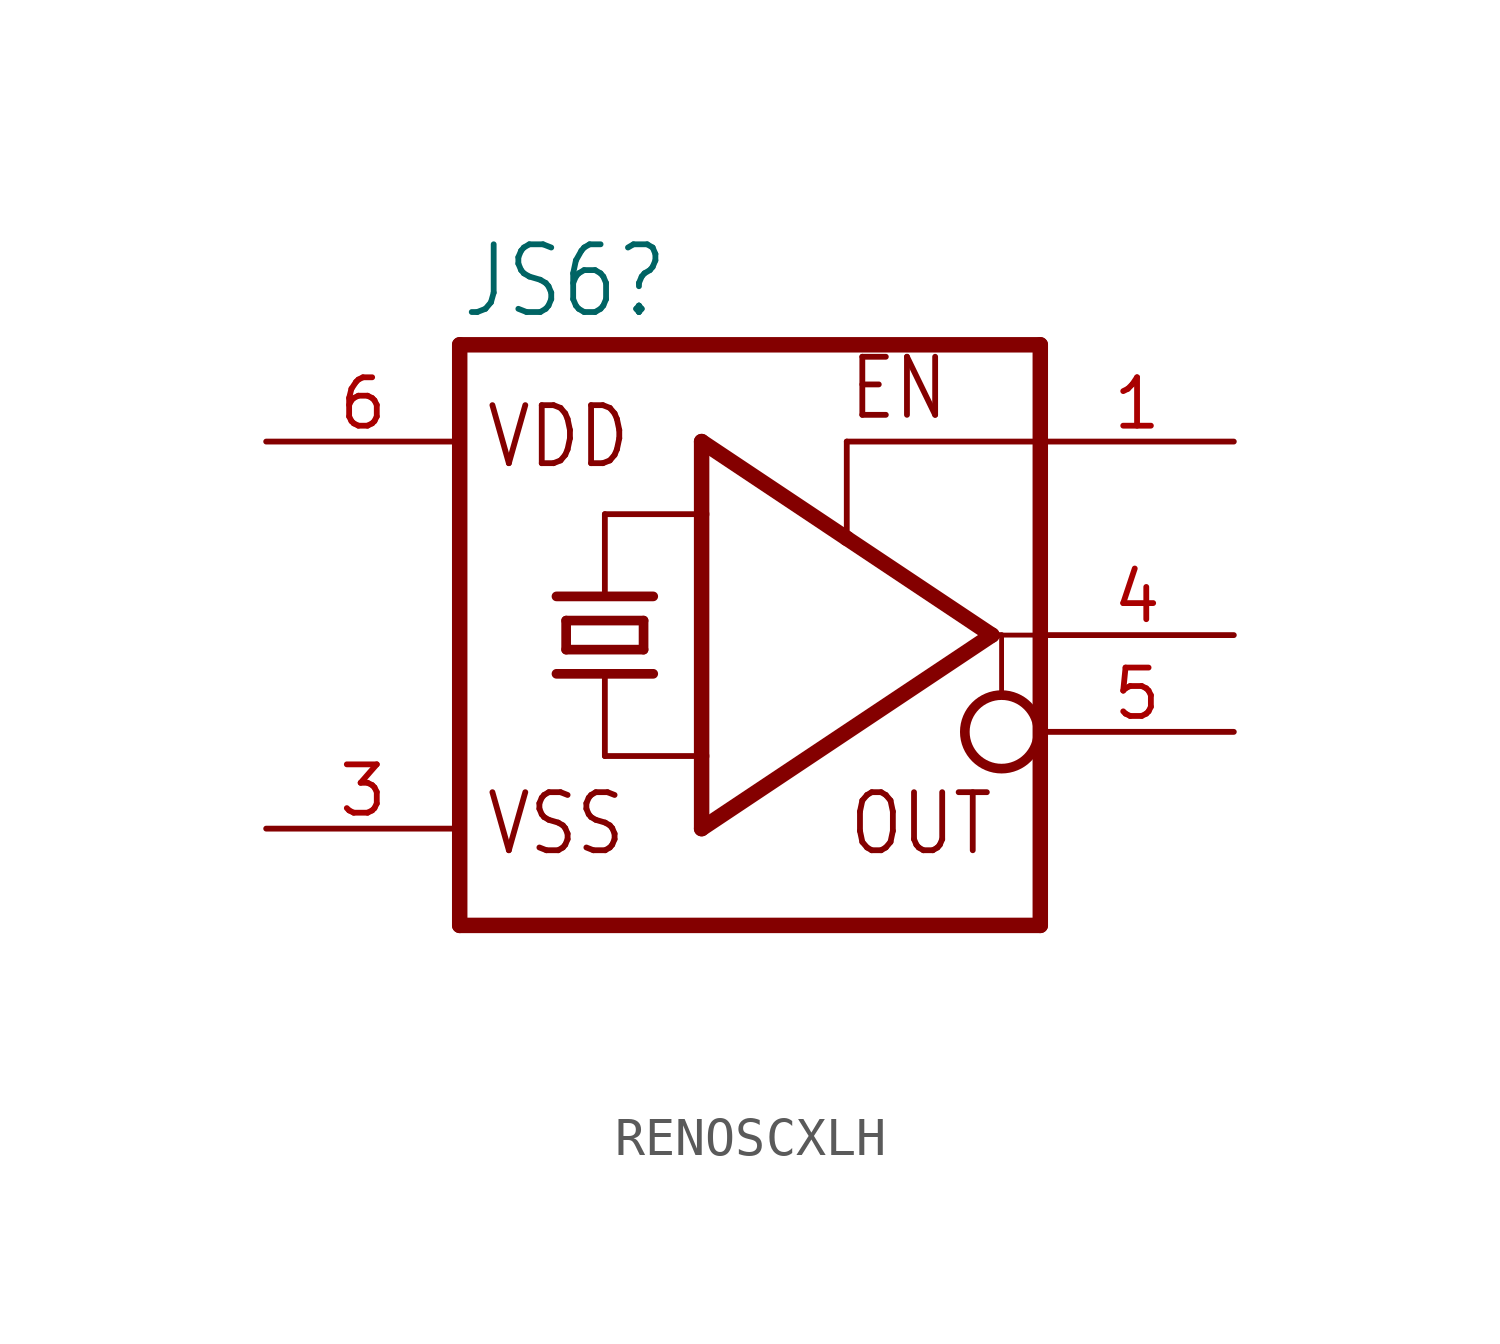
<source format=kicad_sym>
(kicad_symbol_lib
  (version 20231120)
  (generator "kicad_symbol_editor")
  (generator_version "8.0")
  (symbol "RENOSCXLH"
    (property "Reference" "JS6"
      (at -10.16 8.255 0)
      (effects (font (size 1.778 1.511)) (justify left bottom)))
    (property "Value" ""
      (at -10.16 -10.16 0)
      (effects (font (size 1.778 1.511)) (justify left bottom)))
    (property "ki_locked" ""
      (at 0 0 0)
      (effects (font (size 1.27 1.27))))
    (symbol "RENOSCXLH_1_0"
      (polyline (pts (xy -10.16 7.62) (xy -10.16 -7.62)) (stroke (width 0.406) (type solid)) (fill (type none)))
      (polyline (pts (xy -10.16 7.62) (xy 5.08 7.62)) (stroke (width 0.406) (type solid)) (fill (type none)))
      (polyline (pts (xy -7.62 -1.016) (xy -6.35 -1.016)) (stroke (width 0.254) (type solid)) (fill (type none)))
      (polyline (pts (xy -7.62 1.016) (xy -5.08 1.016)) (stroke (width 0.254) (type solid)) (fill (type none)))
      (polyline (pts (xy -7.366 -0.381) (xy -7.366 0.381)) (stroke (width 0.254) (type solid)) (fill (type none)))
      (polyline (pts (xy -7.366 -0.381) (xy -5.334 -0.381)) (stroke (width 0.254) (type solid)) (fill (type none)))
      (polyline (pts (xy -7.366 0.381) (xy -5.334 0.381)) (stroke (width 0.254) (type solid)) (fill (type none)))
      (polyline (pts (xy -6.35 -3.175) (xy -6.35 -1.016)) (stroke (width 0.152) (type solid)) (fill (type none)))
      (polyline (pts (xy -6.35 -3.175) (xy -3.81 -3.175)) (stroke (width 0.152) (type solid)) (fill (type none)))
      (polyline (pts (xy -6.35 -1.016) (xy -5.08 -1.016)) (stroke (width 0.254) (type solid)) (fill (type none)))
      (polyline (pts (xy -6.35 1.016) (xy -6.35 3.175)) (stroke (width 0.152) (type solid)) (fill (type none)))
      (polyline (pts (xy -6.35 3.175) (xy -3.81 3.175)) (stroke (width 0.152) (type solid)) (fill (type none)))
      (polyline (pts (xy -5.334 0.381) (xy -5.334 -0.381)) (stroke (width 0.254) (type solid)) (fill (type none)))
      (polyline (pts (xy -3.81 -5.08) (xy -3.81 -3.175)) (stroke (width 0.406) (type solid)) (fill (type none)))
      (polyline (pts (xy -3.81 -3.175) (xy -3.81 3.175)) (stroke (width 0.406) (type solid)) (fill (type none)))
      (polyline (pts (xy -3.81 3.175) (xy -3.81 5.08)) (stroke (width 0.406) (type solid)) (fill (type none)))
      (polyline (pts (xy -3.81 5.08) (xy 0 2.54)) (stroke (width 0.406) (type solid)) (fill (type none)))
      (polyline (pts (xy 0 2.54) (xy 3.81 0)) (stroke (width 0.406) (type solid)) (fill (type none)))
      (polyline (pts (xy 0 5.08) (xy 0 2.54)) (stroke (width 0.152) (type solid)) (fill (type none)))
      (polyline (pts (xy 3.81 0) (xy -3.81 -5.08)) (stroke (width 0.406) (type solid)) (fill (type none)))
      (polyline (pts (xy 3.81 0) (xy 4.064 0)) (stroke (width 0.152) (type solid)) (fill (type none)))
      (polyline (pts (xy 4.064 0) (xy 4.064 -1.524)) (stroke (width 0.127) (type solid)) (fill (type none)))
      (polyline (pts (xy 4.064 0) (xy 5.08 0)) (stroke (width 0.127) (type solid)) (fill (type none)))
      (polyline (pts (xy 5.08 -7.62) (xy -10.16 -7.62)) (stroke (width 0.406) (type solid)) (fill (type none)))
      (polyline (pts (xy 5.08 -7.62) (xy 5.08 0)) (stroke (width 0.406) (type solid)) (fill (type none)))
      (polyline (pts (xy 5.08 0) (xy 5.08 5.08)) (stroke (width 0.406) (type solid)) (fill (type none)))
      (polyline (pts (xy 5.08 5.08) (xy 0 5.08)) (stroke (width 0.152) (type solid)) (fill (type none)))
      (polyline (pts (xy 5.08 5.08) (xy 5.08 7.62)) (stroke (width 0.406) (type solid)) (fill (type none)))
      (circle (center 4.064 -2.54) (radius 0.965) (stroke (width 0.254) (type solid)) (fill (type none)))
      (text "EN" (at 0 5.588 0) (effects (font (size 1.524 1.295)) (justify left bottom)))
      (text "OUT" (at 0 -5.842 0) (effects (font (size 1.524 1.295)) (justify left bottom)))
      (text "VDD" (at -9.525 4.318 0) (effects (font (size 1.524 1.295)) (justify left bottom)))
      (text "VSS" (at -9.525 -5.842 0) (effects (font (size 1.524 1.295)) (justify left bottom)))
      (pin input line (at 10.16 5.08 180) (length 5.08) (name "EN" (effects (font (size 0 0)))) (number "1" (effects (font (size 1.27 1.27)))))
      (pin power_in line (at -15.24 -5.08 0) (length 5.08) (name "VSS" (effects (font (size 0 0)))) (number "3" (effects (font (size 1.27 1.27)))))
      (pin output line (at 10.16 0 180) (length 5.08) (name "OUT1" (effects (font (size 0 0)))) (number "4" (effects (font (size 1.27 1.27)))))
      (pin output line (at 10.16 -2.54 180) (length 5.08) (name "OUT2" (effects (font (size 0 0)))) (number "5" (effects (font (size 1.27 1.27)))))
      (pin power_in line (at -15.24 5.08 0) (length 5.08) (name "VDD" (effects (font (size 0 0)))) (number "6" (effects (font (size 1.27 1.27))))))))
</source>
